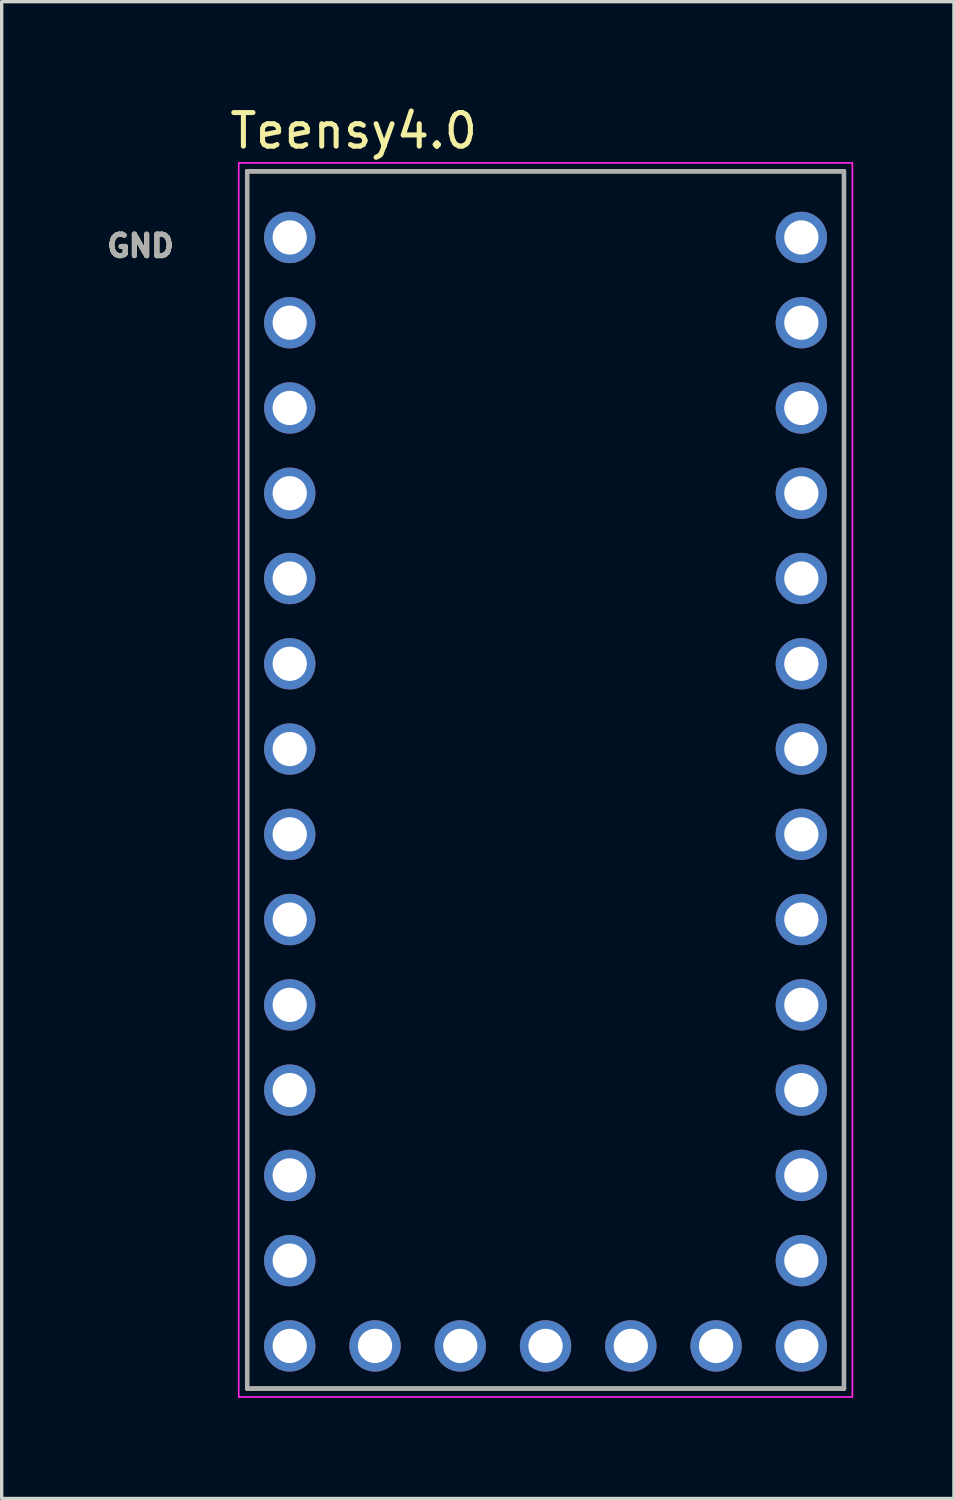
<source format=kicad_pcb>
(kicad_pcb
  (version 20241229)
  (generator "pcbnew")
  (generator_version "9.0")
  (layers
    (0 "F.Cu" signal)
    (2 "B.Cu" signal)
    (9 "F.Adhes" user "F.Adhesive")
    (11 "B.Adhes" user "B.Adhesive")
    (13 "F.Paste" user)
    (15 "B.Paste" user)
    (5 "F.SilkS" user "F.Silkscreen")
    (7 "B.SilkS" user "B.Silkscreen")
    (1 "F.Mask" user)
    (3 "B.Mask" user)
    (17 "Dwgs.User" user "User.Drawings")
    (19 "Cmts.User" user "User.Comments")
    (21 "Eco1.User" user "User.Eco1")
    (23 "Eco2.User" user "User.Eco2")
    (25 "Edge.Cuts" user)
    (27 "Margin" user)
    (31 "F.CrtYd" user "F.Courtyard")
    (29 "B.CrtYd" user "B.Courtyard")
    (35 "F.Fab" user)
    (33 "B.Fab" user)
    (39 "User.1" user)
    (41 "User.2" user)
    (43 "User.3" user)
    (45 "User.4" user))
  (footprint "Teensy4.0"
    (layer "F.Cu")
    (at 13.201 20.533)
    (property "Reference" "Teensy4.0" (at -5.715 -19.685 0) (layer "F.SilkS") (effects (font (size 1 1) (thickness 0.15))))
    (attr through_hole)
    (fp_line (start -8.89 -18.48) (end 8.89 -18.48) (stroke (width 0.127) (type solid)) (layer "F.SilkS"))
    (fp_line (start -8.89 17.78) (end -8.89 -18.48) (stroke (width 0.127) (type solid)) (layer "F.SilkS"))
    (fp_line (start 8.89 -18.48) (end 8.89 17.78) (stroke (width 0.127) (type solid)) (layer "F.SilkS"))
    (fp_line (start 8.89 17.78) (end -8.89 17.78) (stroke (width 0.127) (type solid)) (layer "F.SilkS"))
    (fp_line (start -9.14 -18.73) (end 9.14 -18.73) (stroke (width 0.05) (type solid)) (layer "F.CrtYd"))
    (fp_line (start -9.14 18.03) (end -9.14 -18.73) (stroke (width 0.05) (type solid)) (layer "F.CrtYd"))
    (fp_line (start 9.14 -18.73) (end 9.14 18.03) (stroke (width 0.05) (type solid)) (layer "F.CrtYd"))
    (fp_line (start 9.14 18.03) (end -9.14 18.03) (stroke (width 0.05) (type solid)) (layer "F.CrtYd"))
    (fp_line (start -8.89 -18.48) (end 8.89 -18.48) (stroke (width 0.127) (type solid)) (layer "F.Fab"))
    (fp_line (start -8.89 17.78) (end -8.89 -18.48) (stroke (width 0.127) (type solid)) (layer "F.Fab"))
    (fp_line (start 8.89 -18.48) (end 8.89 17.78) (stroke (width 0.127) (type solid)) (layer "F.Fab"))
    (fp_line (start 8.89 17.78) (end -8.89 17.78) (stroke (width 0.127) (type solid)) (layer "F.Fab"))
    (fp_text user "GND" (at -12.065 -16.256 0) (layer "F.SilkS") (effects (font (size 0.64 0.64) (thickness 0.15))))
    (fp_text user "GND" (at -12.065 -16.256 0) (layer "F.Fab") (effects (font (size 0.64 0.64) (thickness 0.15))))
    (pad "0" thru_hole circle (at -7.62 -13.97) (size 1.53 1.53) (drill 1.02) (layers "*.Cu" "*.Mask"))
    (pad "1" thru_hole circle (at -7.62 -11.43) (size 1.53 1.53) (drill 1.02) (layers "*.Cu" "*.Mask"))
    (pad "2" thru_hole circle (at -7.62 -8.89) (size 1.53 1.53) (drill 1.02) (layers "*.Cu" "*.Mask"))
    (pad "3" thru_hole circle (at -7.62 -6.35) (size 1.53 1.53) (drill 1.02) (layers "*.Cu" "*.Mask"))
    (pad "3.3V_1" thru_hole circle (at -2.54 16.51) (size 1.53 1.53) (drill 1.02) (layers "*.Cu" "*.Mask"))
    (pad "3.3V_2" thru_hole circle (at 7.62 -11.43) (size 1.53 1.53) (drill 1.02) (layers "*.Cu" "*.Mask"))
    (pad "4" thru_hole circle (at -7.62 -3.81) (size 1.53 1.53) (drill 1.02) (layers "*.Cu" "*.Mask"))
    (pad "5" thru_hole circle (at -7.62 -1.27) (size 1.53 1.53) (drill 1.02) (layers "*.Cu" "*.Mask"))
    (pad "6" thru_hole circle (at -7.62 1.27) (size 1.53 1.53) (drill 1.02) (layers "*.Cu" "*.Mask"))
    (pad "7" thru_hole circle (at -7.62 3.81) (size 1.53 1.53) (drill 1.02) (layers "*.Cu" "*.Mask"))
    (pad "8" thru_hole circle (at -7.62 6.35) (size 1.53 1.53) (drill 1.02) (layers "*.Cu" "*.Mask"))
    (pad "9" thru_hole circle (at -7.62 8.89) (size 1.53 1.53) (drill 1.02) (layers "*.Cu" "*.Mask"))
    (pad "10" thru_hole circle (at -7.62 11.43) (size 1.53 1.53) (drill 1.02) (layers "*.Cu" "*.Mask"))
    (pad "11" thru_hole circle (at -7.62 13.97) (size 1.53 1.53) (drill 1.02) (layers "*.Cu" "*.Mask"))
    (pad "12" thru_hole circle (at -7.62 16.51) (size 1.53 1.53) (drill 1.02) (layers "*.Cu" "*.Mask"))
    (pad "13" thru_hole circle (at 7.62 16.51) (size 1.53 1.53) (drill 1.02) (layers "*.Cu" "*.Mask"))
    (pad "14" thru_hole circle (at 7.62 13.97) (size 1.53 1.53) (drill 1.02) (layers "*.Cu" "*.Mask"))
    (pad "15" thru_hole circle (at 7.62 11.43) (size 1.53 1.53) (drill 1.02) (layers "*.Cu" "*.Mask"))
    (pad "16" thru_hole circle (at 7.62 8.89) (size 1.53 1.53) (drill 1.02) (layers "*.Cu" "*.Mask"))
    (pad "17" thru_hole circle (at 7.62 6.35) (size 1.53 1.53) (drill 1.02) (layers "*.Cu" "*.Mask"))
    (pad "18" thru_hole circle (at 7.62 3.81) (size 1.53 1.53) (drill 1.02) (layers "*.Cu" "*.Mask"))
    (pad "19" thru_hole circle (at 7.62 1.27) (size 1.53 1.53) (drill 1.02) (layers "*.Cu" "*.Mask"))
    (pad "20" thru_hole circle (at 7.62 -1.27) (size 1.53 1.53) (drill 1.02) (layers "*.Cu" "*.Mask"))
    (pad "21" thru_hole circle (at 7.62 -3.81) (size 1.53 1.53) (drill 1.02) (layers "*.Cu" "*.Mask"))
    (pad "22" thru_hole circle (at 7.62 -6.35) (size 1.53 1.53) (drill 1.02) (layers "*.Cu" "*.Mask"))
    (pad "23" thru_hole circle (at 7.62 -8.89) (size 1.53 1.53) (drill 1.02) (layers "*.Cu" "*.Mask"))
    (pad "G1" thru_hole circle (at -7.62 -16.51) (size 1.53 1.53) (drill 1.02) (layers "*.Cu" "*.Mask"))
    (pad "G2" thru_hole circle (at 0 16.51) (size 1.53 1.53) (drill 1.02) (layers "*.Cu" "*.Mask"))
    (pad "G3" thru_hole circle (at 7.62 -13.97) (size 1.53 1.53) (drill 1.02) (layers "*.Cu" "*.Mask"))
    (pad "ON-OFF" thru_hole circle (at 5.08 16.51) (size 1.53 1.53) (drill 1.02) (layers "*.Cu" "*.Mask"))
    (pad "PGM" thru_hole circle (at 2.54 16.51) (size 1.53 1.53) (drill 1.02) (layers "*.Cu" "*.Mask"))
    (pad "VBAT" thru_hole circle (at -5.08 16.51) (size 1.53 1.53) (drill 1.02) (layers "*.Cu" "*.Mask"))
    (pad "VIN" thru_hole circle (at 7.62 -16.51) (size 1.53 1.53) (drill 1.02) (layers "*.Cu" "*.Mask")))
  (gr_rect
    (start -3 -3)
    (end 25.366 41.588)
    (stroke (width 0.1) (type default))
    (fill no)
    (layer "Edge.Cuts")))
</source>
